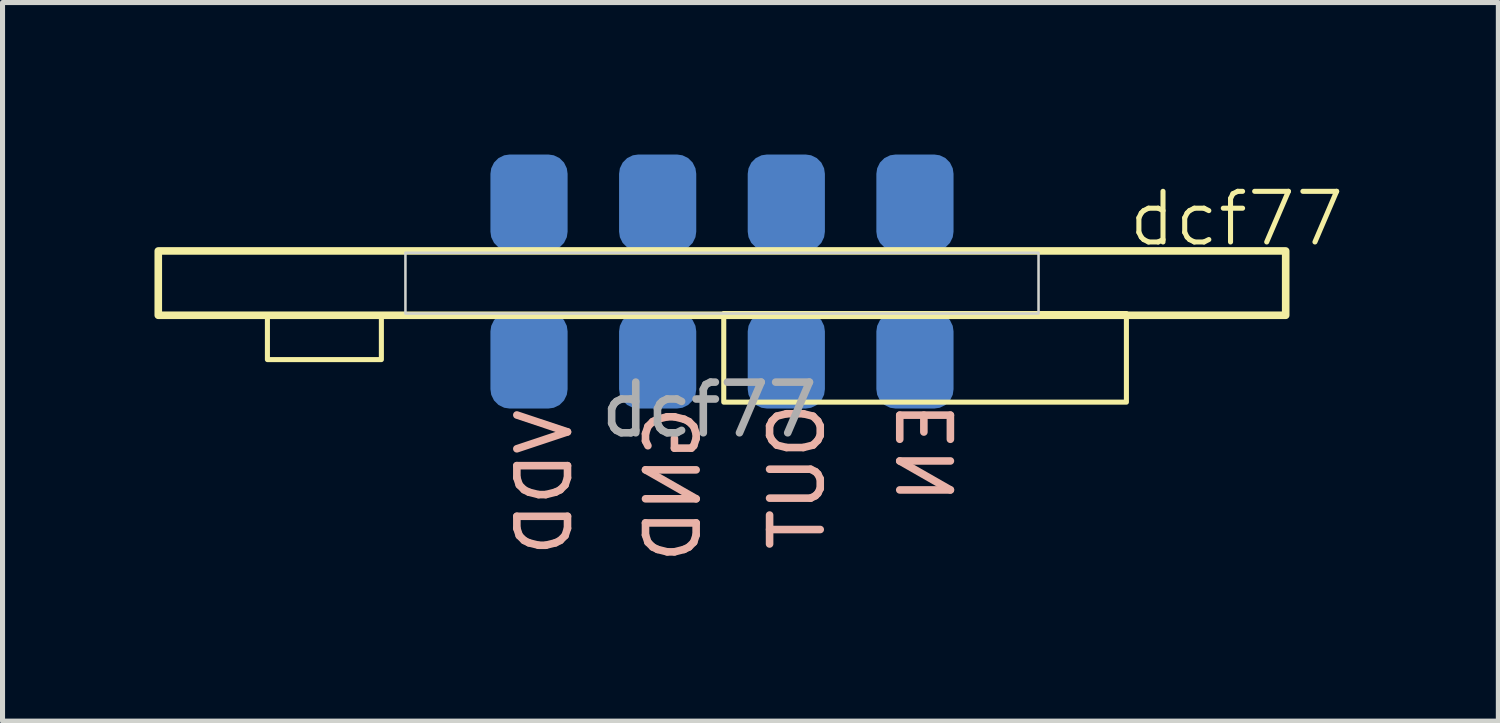
<source format=kicad_pcb>
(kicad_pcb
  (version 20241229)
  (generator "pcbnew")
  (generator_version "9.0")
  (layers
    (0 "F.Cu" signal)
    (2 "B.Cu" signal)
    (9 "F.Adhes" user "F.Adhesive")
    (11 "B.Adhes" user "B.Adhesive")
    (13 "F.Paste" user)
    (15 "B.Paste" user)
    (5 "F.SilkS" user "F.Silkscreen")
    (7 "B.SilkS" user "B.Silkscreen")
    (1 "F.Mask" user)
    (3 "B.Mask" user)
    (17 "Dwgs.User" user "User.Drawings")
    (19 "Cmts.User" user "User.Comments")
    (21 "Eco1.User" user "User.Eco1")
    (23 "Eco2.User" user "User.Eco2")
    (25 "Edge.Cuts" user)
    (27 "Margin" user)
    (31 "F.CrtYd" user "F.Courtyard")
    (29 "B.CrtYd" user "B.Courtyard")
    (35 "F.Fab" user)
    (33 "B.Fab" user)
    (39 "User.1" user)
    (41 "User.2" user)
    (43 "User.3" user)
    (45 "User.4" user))
  (footprint "dcf77"
    (layer "F.Cu")
    (at 11.205 2.54)
    (property "Reference" "dcf77" (at 10.16 -1.27 0) (unlocked yes) (layer "F.SilkS") (effects (font (size 1 1) (thickness 0.1))))
    (attr smd)
    (fp_rect (start -11.13 -0.635) (end 11.13 0.635) (stroke (width 0.15) (type default)) (fill no) (layer "F.SilkS"))
    (fp_rect (start -8.975 0.63) (end -6.725 1.51) (stroke (width 0.1) (type default)) (fill no) (layer "F.SilkS"))
    (fp_rect (start 0.035 0.6) (end 7.985 2.35) (stroke (width 0.1) (type default)) (fill no) (layer "F.SilkS"))
    (fp_rect (start -6.25 0.6) (end 6.25 -0.6) (stroke (width 0.05) (type default)) (fill no) (layer "Edge.Cuts"))
    (fp_text user "GND" (at -0.38 2.35 90) (unlocked yes) (layer "B.SilkS") (effects (font (size 1 1) (thickness 0.15)) (justify left bottom mirror)))
    (fp_text user "OUT" (at 2.07 2.29 90) (unlocked yes) (layer "B.SilkS") (effects (font (size 1 1) (thickness 0.15)) (justify left bottom mirror)))
    (fp_text user "EN" (at 4.64 2.27 90) (unlocked yes) (layer "B.SilkS") (effects (font (size 1 1) (thickness 0.15)) (justify left bottom mirror)))
    (fp_text user "VDD" (at -2.92 2.41 90) (unlocked yes) (layer "B.SilkS") (effects (font (size 1 1) (thickness 0.15)) (justify left bottom mirror)))
    (fp_text user "${REFERENCE}" (at -0.25 2.5 0) (unlocked yes) (layer "F.Fab") (effects (font (size 1 1) (thickness 0.15))))
    (pad "1" smd roundrect (at -3.81 -1.587 270) (size 1.905 1.524) (layers "B.Cu" "B.Mask" "B.Paste") (roundrect_rratio 0.25))
    (pad "1" smd roundrect (at -3.81 1.524 270) (size 1.905 1.524) (layers "B.Cu" "B.Mask" "B.Paste") (roundrect_rratio 0.25))
    (pad "2" smd roundrect (at -1.27 -1.587 270) (size 1.905 1.524) (layers "B.Cu" "B.Mask" "B.Paste") (roundrect_rratio 0.25))
    (pad "2" smd roundrect (at -1.27 1.524 270) (size 1.905 1.524) (layers "B.Cu" "B.Mask" "B.Paste") (roundrect_rratio 0.25))
    (pad "3" smd roundrect (at 1.27 -1.587 270) (size 1.905 1.524) (layers "B.Cu" "B.Mask" "B.Paste") (roundrect_rratio 0.25))
    (pad "3" smd roundrect (at 1.27 1.524 270) (size 1.905 1.524) (layers "B.Cu" "B.Mask" "B.Paste") (roundrect_rratio 0.25))
    (pad "4" smd roundrect (at 3.81 -1.587 270) (size 1.905 1.524) (layers "B.Cu" "B.Mask" "B.Paste") (roundrect_rratio 0.25))
    (pad "4" smd roundrect (at 3.81 1.524 270) (size 1.905 1.524) (layers "B.Cu" "B.Mask" "B.Paste") (roundrect_rratio 0.25)))
  (gr_rect
    (start -3 -3)
    (end 26.534 11.188)
    (stroke (width 0.1) (type default))
    (fill no)
    (layer "Edge.Cuts")))
</source>
